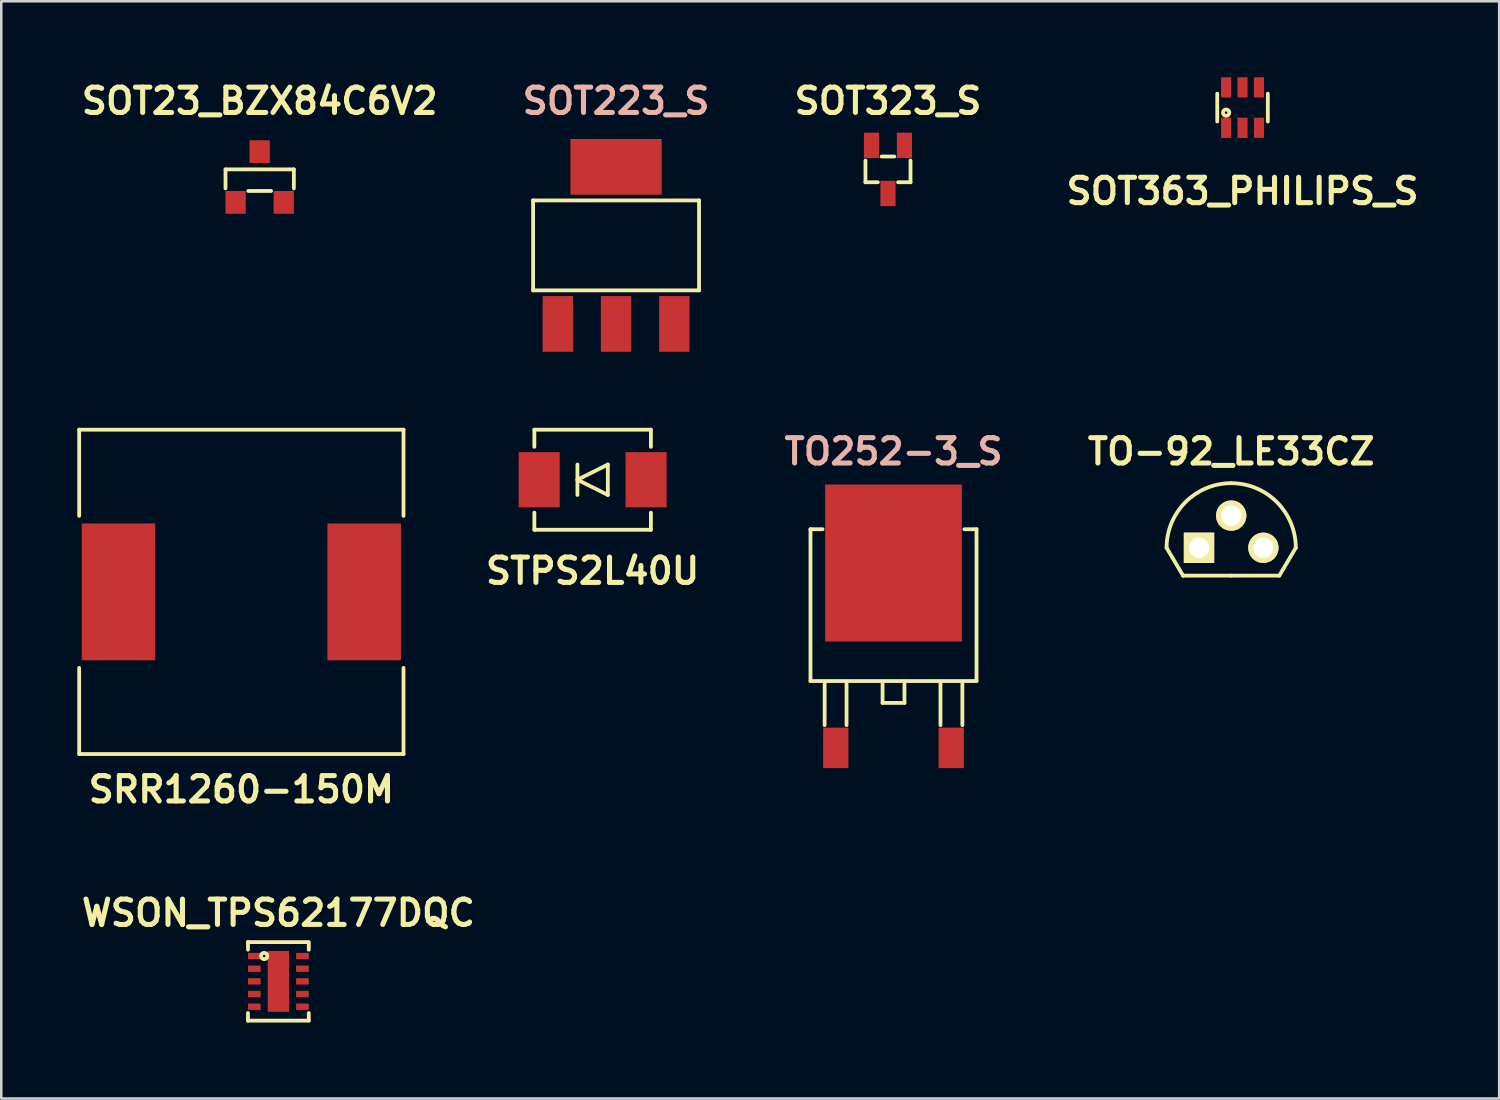
<source format=kicad_pcb>
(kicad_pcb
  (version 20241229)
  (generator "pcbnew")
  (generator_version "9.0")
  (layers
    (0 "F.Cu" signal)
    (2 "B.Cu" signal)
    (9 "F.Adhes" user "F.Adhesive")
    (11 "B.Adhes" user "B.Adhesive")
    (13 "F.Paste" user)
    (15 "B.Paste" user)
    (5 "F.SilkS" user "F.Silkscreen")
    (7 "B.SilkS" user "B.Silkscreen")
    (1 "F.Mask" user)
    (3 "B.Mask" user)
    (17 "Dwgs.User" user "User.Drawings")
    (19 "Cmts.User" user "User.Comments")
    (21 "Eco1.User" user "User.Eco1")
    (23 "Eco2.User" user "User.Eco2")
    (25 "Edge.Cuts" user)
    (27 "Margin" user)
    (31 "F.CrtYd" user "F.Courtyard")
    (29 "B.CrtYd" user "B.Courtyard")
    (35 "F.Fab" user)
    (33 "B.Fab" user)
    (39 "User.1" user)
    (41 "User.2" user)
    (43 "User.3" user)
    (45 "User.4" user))
  (footprint "WSON_TPS62177DQC"
    (layer "F.Cu")
    (at 7.938 35.686)
    (property "Reference" "WSON_TPS62177DQC" (at 0 -2.7 0) (layer "F.SilkS") (effects (font (size 1 1) (thickness 0.2))))
    (attr through_hole)
    (fp_line (start -1.2 -1.55) (end -1.2 -1.25) (stroke (width 0.15) (type solid)) (layer "F.SilkS"))
    (fp_line (start -1.2 -1.55) (end 1.2 -1.55) (stroke (width 0.15) (type solid)) (layer "F.SilkS"))
    (fp_line (start -1.2 1.55) (end -1.2 1.25) (stroke (width 0.15) (type solid)) (layer "F.SilkS"))
    (fp_line (start 1.2 -1.5) (end 1.2 -1.25) (stroke (width 0.15) (type solid)) (layer "F.SilkS"))
    (fp_line (start 1.2 1.55) (end -1.2 1.55) (stroke (width 0.15) (type solid)) (layer "F.SilkS"))
    (fp_line (start 1.2 1.55) (end 1.2 1.25) (stroke (width 0.15) (type solid)) (layer "F.SilkS"))
    (fp_circle (center -0.56 -1) (end -0.51 -1) (stroke (width 0.15) (type solid)) (fill no) (layer "F.SilkS"))
    (pad "1" smd rect (at -0.95 -1) (size 0.5 0.25) (layers "F.Cu" "F.Mask" "F.Paste"))
    (pad "2" smd rect (at -0.95 -0.5) (size 0.5 0.25) (layers "F.Cu" "F.Mask" "F.Paste"))
    (pad "3" smd rect (at -0.95 0) (size 0.5 0.25) (layers "F.Cu" "F.Mask" "F.Paste"))
    (pad "4" smd rect (at -0.95 0.5) (size 0.5 0.25) (layers "F.Cu" "F.Mask" "F.Paste"))
    (pad "5" smd rect (at -0.95 1) (size 0.5 0.25) (layers "F.Cu" "F.Mask" "F.Paste"))
    (pad "6" smd rect (at 0.95 1) (size 0.5 0.25) (layers "F.Cu" "F.Mask" "F.Paste"))
    (pad "7" smd rect (at 0.95 0.5) (size 0.5 0.25) (layers "F.Cu" "F.Mask" "F.Paste"))
    (pad "8" smd rect (at 0.95 0) (size 0.5 0.25) (layers "F.Cu" "F.Mask" "F.Paste"))
    (pad "9" smd rect (at 0.95 -0.5) (size 0.5 0.25) (layers "F.Cu" "F.Mask" "F.Paste"))
    (pad "10" smd rect (at 0.95 -1) (size 0.5 0.25) (layers "F.Cu" "F.Mask" "F.Paste"))
    (pad "11" smd rect (at 0 0) (size 0.84 2.4) (layers "F.Cu" "F.Mask" "F.Paste")))
  (footprint "SRR1260-150M"
    (layer "F.Cu")
    (at 6.476 20.312)
    (property "Reference" "SRR1260-150M" (at 0 7.8 0) (layer "F.SilkS") (effects (font (size 1.001 1.001) (thickness 0.201))))
    (attr through_hole)
    (fp_line (start -6.401 -6.401) (end -6.401 -3) (stroke (width 0.15) (type solid)) (layer "F.SilkS"))
    (fp_line (start -6.401 6.401) (end -6.401 3) (stroke (width 0.15) (type solid)) (layer "F.SilkS"))
    (fp_line (start -6.401 6.401) (end 6.401 6.401) (stroke (width 0.15) (type solid)) (layer "F.SilkS"))
    (fp_line (start 6.401 -6.401) (end -6.401 -6.401) (stroke (width 0.15) (type solid)) (layer "F.SilkS"))
    (fp_line (start 6.401 -3) (end 6.401 -6.401) (stroke (width 0.15) (type solid)) (layer "F.SilkS"))
    (fp_line (start 6.401 3) (end 6.401 6.401) (stroke (width 0.15) (type solid)) (layer "F.SilkS"))
    (pad "1" smd rect (at -4.849 0) (size 2.901 5.4) (layers "F.Cu" "F.Mask" "F.Paste"))
    (pad "2" smd rect (at 4.849 0) (size 2.901 5.4) (layers "F.Cu" "F.Mask" "F.Paste")))
  (footprint "SOT363_PHILIPS_S"
    (layer "F.Cu")
    (at 45.995 1.196)
    (property "Reference" "SOT363_PHILIPS_S" (at 0 3.3 0) (layer "F.SilkS") (effects (font (size 1 1) (thickness 0.2))))
    (attr smd)
    (fp_line (start -0.998 0.549) (end -0.998 -0.549) (stroke (width 0.15) (type solid)) (layer "F.SilkS"))
    (fp_line (start 0.998 -0.549) (end 0.998 0.549) (stroke (width 0.15) (type solid)) (layer "F.SilkS"))
    (fp_circle (center -0.648 0.2) (end -0.648 0.25) (stroke (width 0.15) (type solid)) (fill no) (layer "F.SilkS"))
    (pad "1" smd rect (at -0.648 0.798) (size 0.399 0.798) (layers "F.Cu" "F.Mask" "F.Paste"))
    (pad "2" smd rect (at 0 0.798) (size 0.399 0.798) (layers "F.Cu" "F.Mask" "F.Paste"))
    (pad "3" smd rect (at 0.648 0.798) (size 0.399 0.798) (layers "F.Cu" "F.Mask" "F.Paste"))
    (pad "4" smd rect (at 0.648 -0.798) (size 0.399 0.798) (layers "F.Cu" "F.Mask" "F.Paste"))
    (pad "5" smd rect (at 0 -0.798) (size 0.399 0.798) (layers "F.Cu" "F.Mask" "F.Paste"))
    (pad "6" smd rect (at -0.648 -0.798) (size 0.399 0.798) (layers "F.Cu" "F.Mask" "F.Paste")))
  (footprint "SOT223_S"
    (layer "F.Cu")
    (at 21.267 6.636)
    (property "Reference" "SOT223_S" (at 0 -5.7 0) (layer "B.SilkS") (effects (font (size 1 1) (thickness 0.2))))
    (attr smd)
    (fp_line (start -3.275 -1.775) (end 3.275 -1.775) (stroke (width 0.15) (type solid)) (layer "F.SilkS"))
    (fp_line (start -3.275 1.775) (end -3.275 -1.775) (stroke (width 0.15) (type solid)) (layer "F.SilkS"))
    (fp_line (start 3.275 -1.775) (end 3.275 1.775) (stroke (width 0.15) (type solid)) (layer "F.SilkS"))
    (fp_line (start 3.275 1.775) (end -3.275 1.775) (stroke (width 0.15) (type solid)) (layer "F.SilkS"))
    (pad "1" smd rect (at -2.3 3.1) (size 1.2 2.2) (layers "F.Cu" "F.Mask" "F.Paste"))
    (pad "2" smd rect (at 0 3.1) (size 1.2 2.2) (layers "F.Cu" "F.Mask" "F.Paste"))
    (pad "3" smd rect (at 2.3 3.1) (size 1.2 2.2) (layers "F.Cu" "F.Mask" "F.Paste"))
    (pad "4" smd rect (at 0 -3.1) (size 3.6 2.2) (layers "F.Cu" "F.Mask" "F.Paste")))
  (footprint "STPS2L40U"
    (layer "F.Cu")
    (at 20.342 15.886)
    (property "Reference" "STPS2L40U" (at 0 3.6 0) (layer "F.SilkS") (effects (font (size 1 1) (thickness 0.2))))
    (attr smd)
    (fp_line (start -2.3 -1.975) (end -2.3 -1.3) (stroke (width 0.15) (type solid)) (layer "F.SilkS"))
    (fp_line (start -2.3 -1.975) (end 2.3 -1.975) (stroke (width 0.15) (type solid)) (layer "F.SilkS"))
    (fp_line (start -2.3 1.975) (end -2.3 1.3) (stroke (width 0.15) (type solid)) (layer "F.SilkS"))
    (fp_line (start -2.3 1.975) (end 2.3 1.975) (stroke (width 0.15) (type solid)) (layer "F.SilkS"))
    (fp_line (start -0.6 -0.6) (end -0.6 0.6) (stroke (width 0.15) (type solid)) (layer "F.SilkS"))
    (fp_line (start -0.6 0) (end 0.6 -0.6) (stroke (width 0.15) (type solid)) (layer "F.SilkS"))
    (fp_line (start 0.6 -0.6) (end 0.6 0.6) (stroke (width 0.15) (type solid)) (layer "F.SilkS"))
    (fp_line (start 0.6 0.6) (end -0.6 0) (stroke (width 0.15) (type solid)) (layer "F.SilkS"))
    (fp_line (start 2.3 -1.975) (end 2.3 -1.3) (stroke (width 0.15) (type solid)) (layer "F.SilkS"))
    (fp_line (start 2.3 1.975) (end 2.3 1.3) (stroke (width 0.15) (type solid)) (layer "F.SilkS"))
    (pad "1" smd rect (at 2.11 0) (size 1.62 2.18) (layers "F.Cu" "F.Mask" "F.Paste"))
    (pad "2" smd rect (at -2.11 0) (size 1.62 2.18) (layers "F.Cu" "F.Mask" "F.Paste")))
  (footprint "SOT323_S"
    (layer "F.Cu")
    (at 32 3.636)
    (property "Reference" "SOT323_S" (at 0 -2.7 0) (layer "F.SilkS") (effects (font (size 1 1) (thickness 0.2))))
    (attr smd)
    (fp_line (start -0.889 -0.35) (end -0.889 0.508) (stroke (width 0.15) (type solid)) (layer "F.SilkS"))
    (fp_line (start -0.889 0.508) (end -0.4 0.508) (stroke (width 0.15) (type solid)) (layer "F.SilkS"))
    (fp_line (start 0.25 -0.508) (end -0.25 -0.508) (stroke (width 0.15) (type solid)) (layer "F.SilkS"))
    (fp_line (start 0.4 0.508) (end 0.889 0.508) (stroke (width 0.15) (type solid)) (layer "F.SilkS"))
    (fp_line (start 0.889 0.508) (end 0.889 -0.35) (stroke (width 0.15) (type solid)) (layer "F.SilkS"))
    (pad "1" smd rect (at 0.65 -0.95) (size 0.599 1.001) (layers "F.Cu" "F.Mask" "F.Paste"))
    (pad "2" smd rect (at -0.65 -0.95) (size 0.599 1.001) (layers "F.Cu" "F.Mask" "F.Paste"))
    (pad "3" smd rect (at 0 0.95) (size 0.599 1.001) (layers "F.Cu" "F.Mask" "F.Paste")))
  (footprint "TO252-3_S"
    (layer "F.Cu")
    (at 32.218 21.672)
    (property "Reference" "TO252-3_S" (at 0 -6.9 0) (layer "B.SilkS") (effects (font (size 1 1) (thickness 0.2))))
    (attr smd)
    (fp_line (start -3.277 -3.833) (end -2.8 -3.833) (stroke (width 0.15) (type solid)) (layer "F.SilkS"))
    (fp_line (start -3.277 2.159) (end -3.277 -3.835) (stroke (width 0.15) (type solid)) (layer "F.SilkS"))
    (fp_line (start -2.718 3.9) (end -2.718 2.261) (stroke (width 0.15) (type solid)) (layer "F.SilkS"))
    (fp_line (start -1.854 3.9) (end -1.854 2.261) (stroke (width 0.15) (type solid)) (layer "F.SilkS"))
    (fp_line (start -0.432 3.023) (end -0.432 2.261) (stroke (width 0.15) (type solid)) (layer "F.SilkS"))
    (fp_line (start -0.432 3.023) (end 0.432 3.023) (stroke (width 0.15) (type solid)) (layer "F.SilkS"))
    (fp_line (start 0.432 3.023) (end 0.432 2.261) (stroke (width 0.15) (type solid)) (layer "F.SilkS"))
    (fp_line (start 1.854 3.9) (end 1.854 2.261) (stroke (width 0.15) (type solid)) (layer "F.SilkS"))
    (fp_line (start 2.718 3.9) (end 2.718 2.261) (stroke (width 0.15) (type solid)) (layer "F.SilkS"))
    (fp_line (start 3.277 -3.835) (end 3.277 2.159) (stroke (width 0.15) (type solid)) (layer "F.SilkS"))
    (fp_line (start 3.277 -3.833) (end 2.8 -3.833) (stroke (width 0.15) (type solid)) (layer "F.SilkS"))
    (fp_line (start 3.277 2.159) (end -3.277 2.159) (stroke (width 0.15) (type solid)) (layer "F.SilkS"))
    (pad "1" smd rect (at -2.278 4.798) (size 0.998 1.598) (layers "F.Cu" "F.Mask" "F.Paste"))
    (pad "3" smd rect (at 2.278 4.798) (size 0.998 1.598) (layers "F.Cu" "F.Mask" "F.Paste"))
    (pad "Tab" smd rect (at 0 -2.499) (size 5.397 6.198) (layers "F.Cu" "F.Mask" "F.Paste")))
  (footprint "TO-92_LE33CZ"
    (layer "F.Cu")
    (at 45.547 18.572)
    (property "Reference" "TO-92_LE33CZ" (at 0 -3.8 0) (layer "F.SilkS") (effects (font (size 1 1) (thickness 0.2))))
    (attr through_hole)
    (fp_line (start -1.9 1.1) (end -2.55 0) (stroke (width 0.15) (type solid)) (layer "F.SilkS"))
    (fp_line (start 0 1.1) (end -1.9 1.1) (stroke (width 0.15) (type solid)) (layer "F.SilkS"))
    (fp_line (start 0 1.1) (end 1.9 1.1) (stroke (width 0.15) (type solid)) (layer "F.SilkS"))
    (fp_line (start 1.9 1.1) (end 2.55 0) (stroke (width 0.15) (type solid)) (layer "F.SilkS"))
    (fp_arc (start -2.55016 0) (mid -1.803235 -1.803235) (end 0 -2.55016) (stroke (width 0.15) (type solid)) (layer "F.SilkS"))
    (fp_arc (start 0 -2.55016) (mid 1.803235 -1.803235) (end 2.55016 0) (stroke (width 0.15) (type solid)) (layer "F.SilkS"))
    (pad "1" thru_hole rect (at -1.27 0) (size 1.2 1.2) (drill 0.8) (layers "*.Cu" "*.Mask" "F.SilkS"))
    (pad "2" thru_hole circle (at 0 -1.27) (size 1.2 1.2) (drill 0.8) (layers "*.Cu" "*.Mask" "F.SilkS"))
    (pad "3" thru_hole circle (at 1.27 0) (size 1.2 1.2) (drill 0.8) (layers "*.Cu" "*.Mask" "F.SilkS")))
  (footprint "SOT23_BZX84C6V2"
    (layer "F.Cu")
    (at 7.2 3.936)
    (property "Reference" "SOT23_BZX84C6V2" (at 0 -3 0) (layer "F.SilkS") (effects (font (size 1 1) (thickness 0.2))))
    (attr through_hole)
    (fp_line (start -1.349 -0.3) (end -1.349 0.45) (stroke (width 0.15) (type solid)) (layer "F.SilkS"))
    (fp_line (start -0.45 0.551) (end 0.45 0.551) (stroke (width 0.15) (type solid)) (layer "F.SilkS"))
    (fp_line (start 1.349 -0.3) (end -1.349 -0.3) (stroke (width 0.15) (type solid)) (layer "F.SilkS"))
    (fp_line (start 1.349 0.45) (end 1.349 -0.3) (stroke (width 0.15) (type solid)) (layer "F.SilkS"))
    (pad "1" smd rect (at -0.95 1.001) (size 0.8 0.899) (layers "F.Cu" "F.Mask" "F.Paste"))
    (pad "2" smd rect (at 0 -1.001) (size 0.8 0.899) (layers "F.Cu" "F.Mask" "F.Paste"))
    (pad "3" smd rect (at 0.95 1.001) (size 0.8 0.899) (layers "F.Cu" "F.Mask" "F.Paste")))
  (gr_rect
    (start -3 -3)
    (end 56.124 40.311)
    (stroke (width 0.1) (type default))
    (fill no)
    (layer "Edge.Cuts")))
</source>
